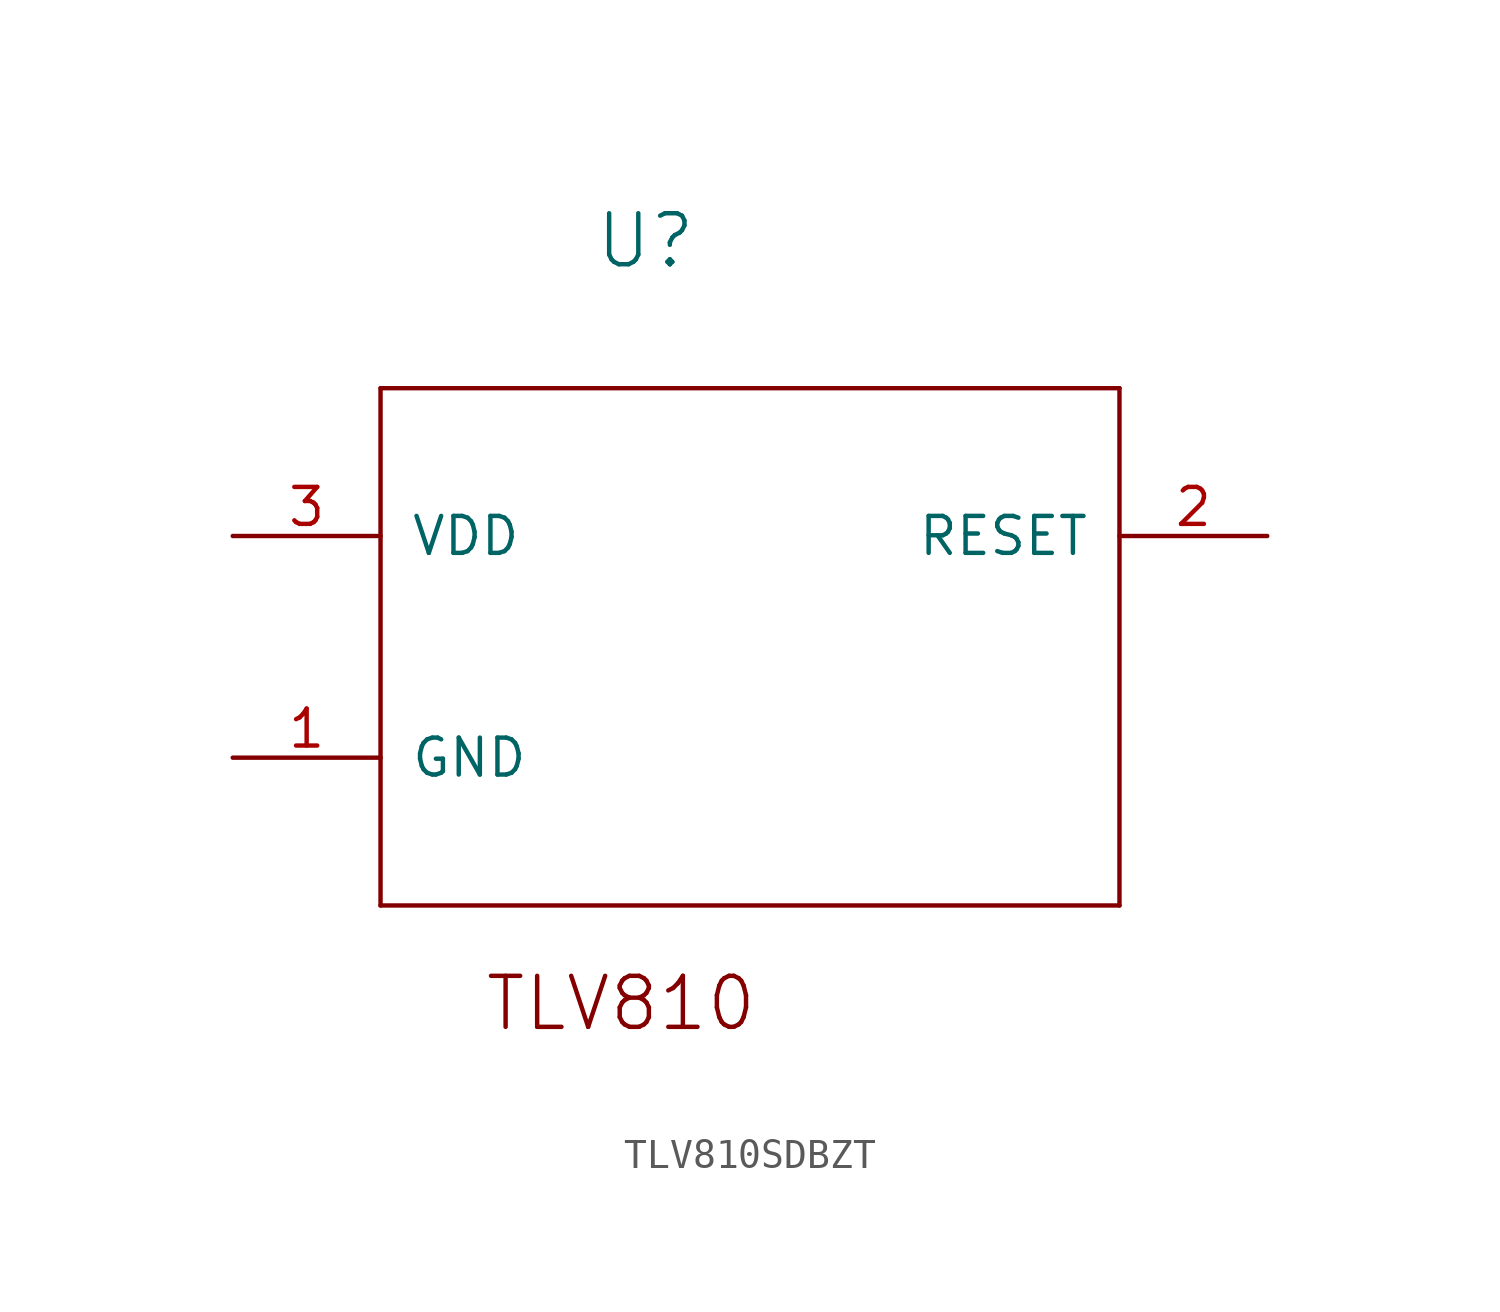
<source format=kicad_sym>
(kicad_symbol_lib
  (version 20211014)
  (generator kicad_symbol_editor)
  (symbol "TLV810SDBZT"
    (pin_names
      (offset 1.016))
    (property "Reference" "U"
      (at -5.359 9.119 0)
      (effects (font (size 1.753 1.753)) (justify left bottom)))
    (property "ki_locked" ""
      (at 0 0 0)
      (effects (font (size 1.27 1.27))))
    (symbol "TLV810SDBZT_1_0"
      (polyline (pts (xy -12.7 -12.7) (xy 12.7 -12.7)) (stroke (width 0) (type default) (color 0 0 0 0)) (fill (type none)))
      (polyline (pts (xy -12.7 5.08) (xy -12.7 -12.7)) (stroke (width 0) (type default) (color 0 0 0 0)) (fill (type none)))
      (polyline (pts (xy 12.7 -12.7) (xy 12.7 5.08)) (stroke (width 0) (type default) (color 0 0 0 0)) (fill (type none)))
      (polyline (pts (xy 12.7 5.08) (xy -12.7 5.08)) (stroke (width 0) (type default) (color 0 0 0 0)) (fill (type none)))
      (text "TLV810" (at -9.169 -17.094 0) (effects (font (size 1.753 1.753)) (justify left bottom)))
      (pin passive line (at -17.78 -7.62 0) (length 5.08) (name "GND" (effects (font (size 1.27 1.27)))) (number "1" (effects (font (size 1.27 1.27)))))
      (pin output line (at 17.78 0 180) (length 5.08) (name "RESET" (effects (font (size 1.27 1.27)))) (number "2" (effects (font (size 1.27 1.27)))))
      (pin power_in line (at -17.78 0 0) (length 5.08) (name "VDD" (effects (font (size 1.27 1.27)))) (number "3" (effects (font (size 1.27 1.27))))))))
</source>
